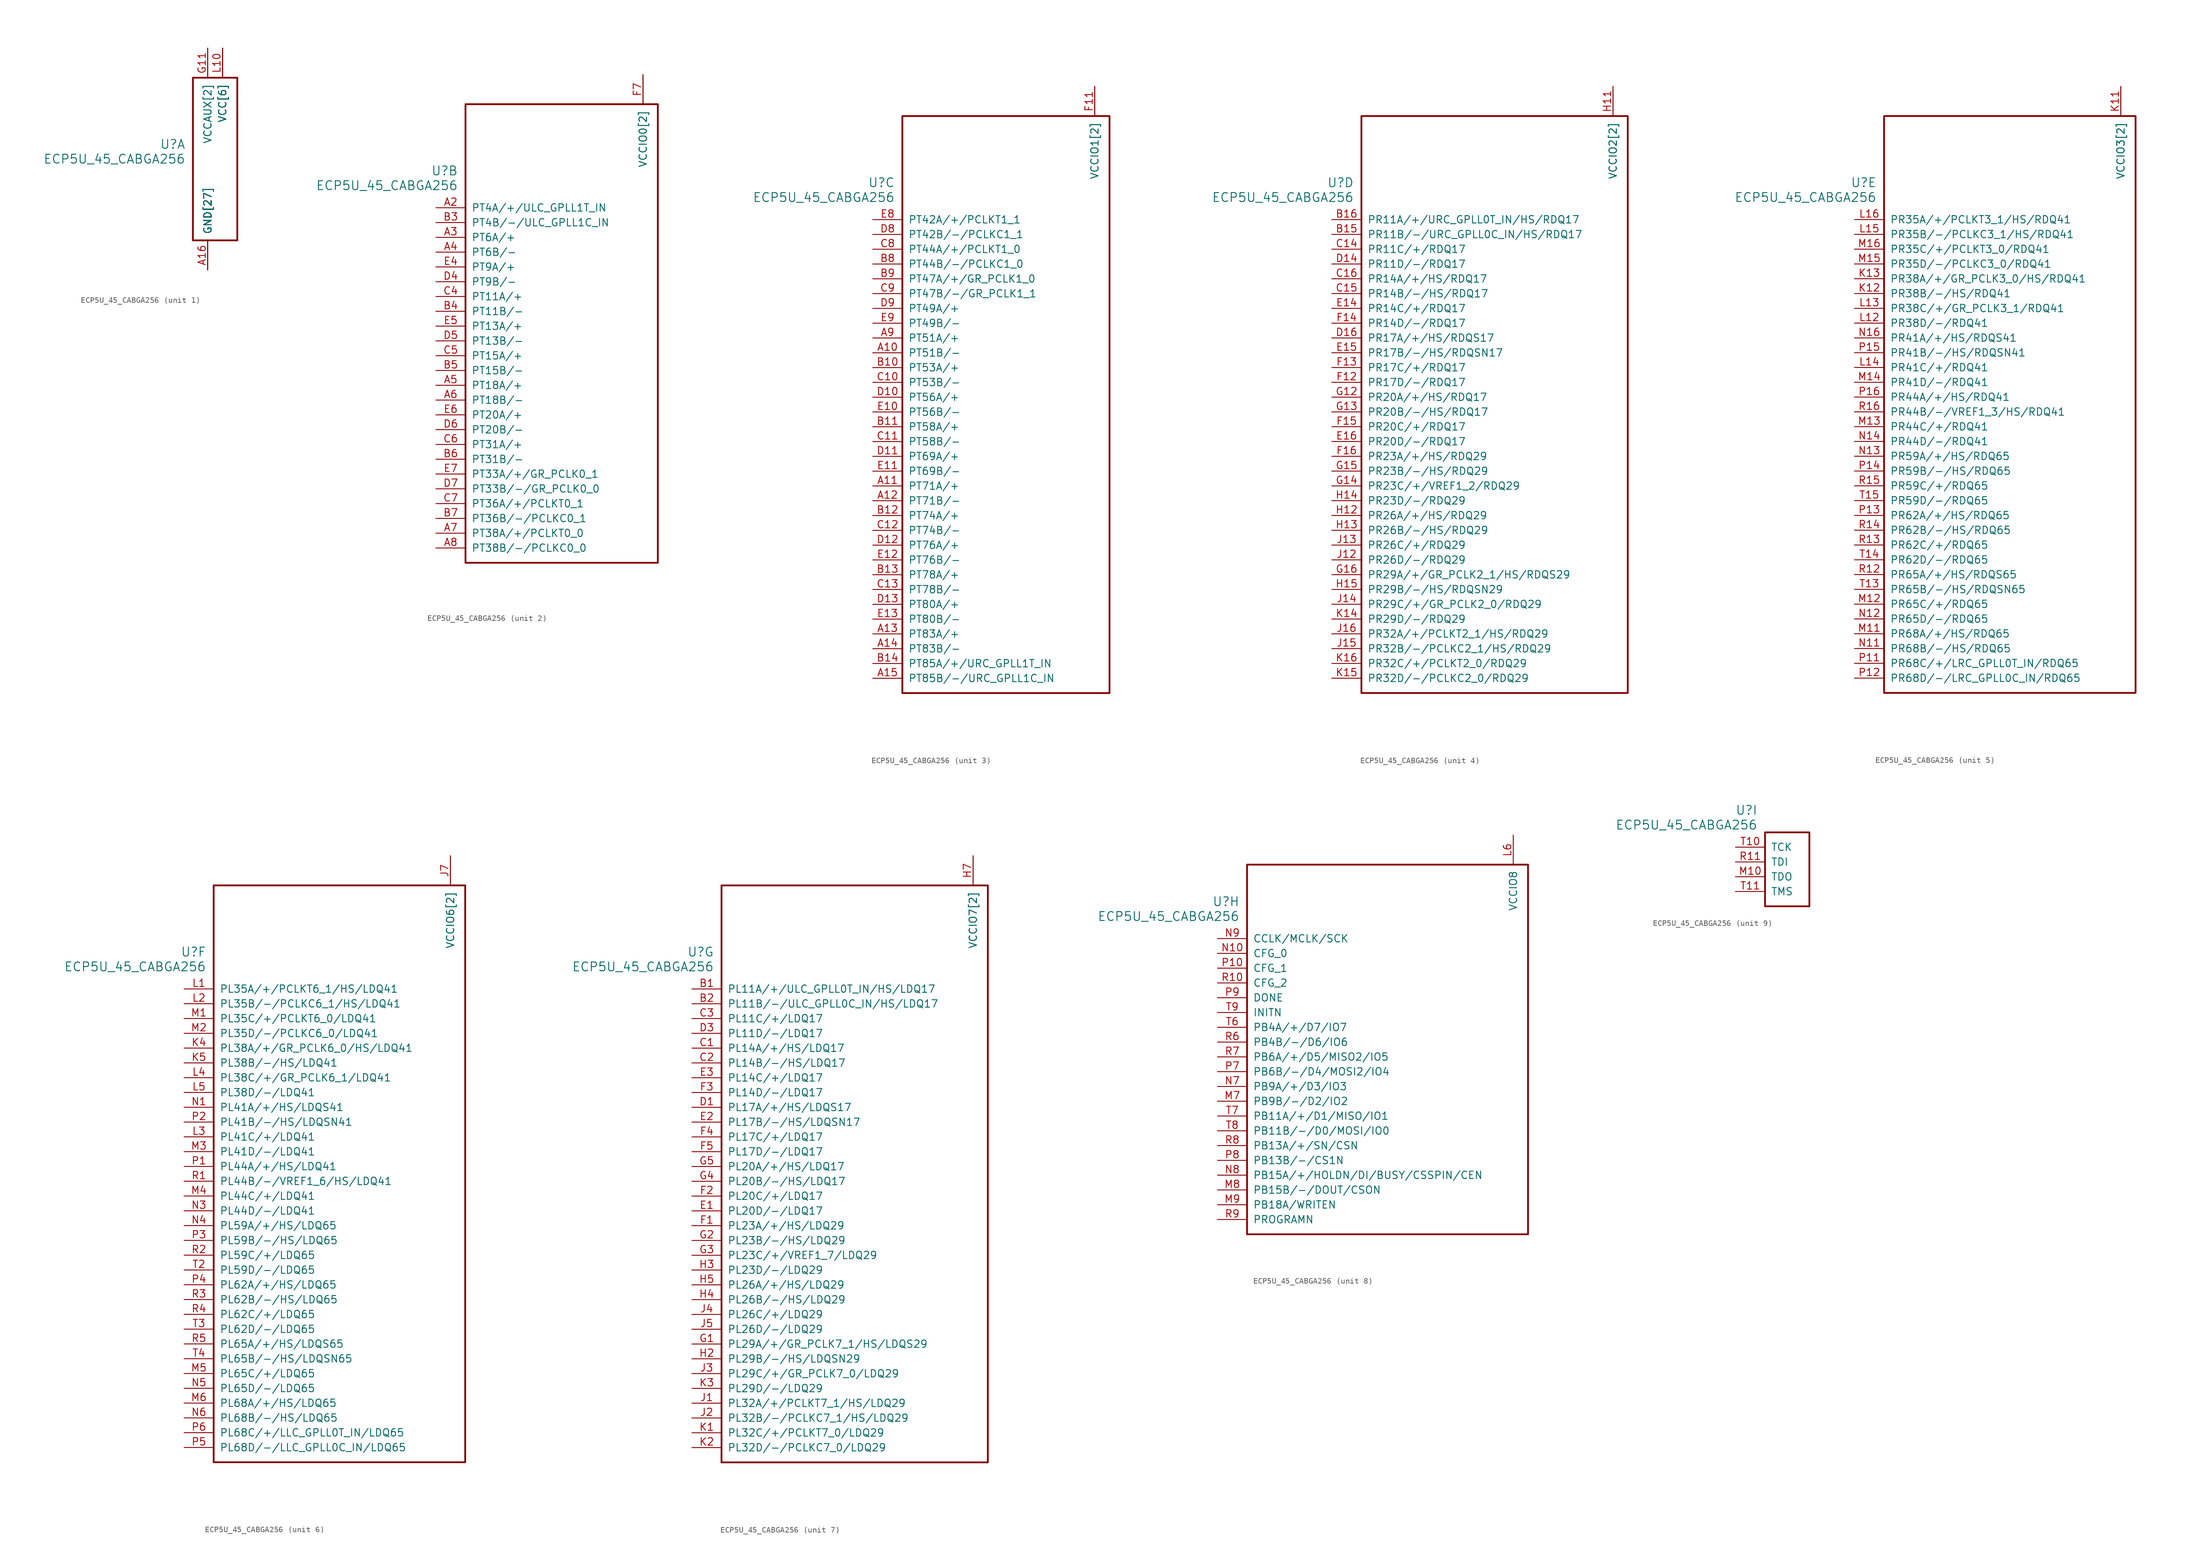
<source format=kicad_sym>
(kicad_symbol_lib
  (version 20241209)
  (generator "kicad_symbol_editor")
  (generator_version "9.0")
  (symbol "ECP5U_45_CABGA256"
    (pin_names
      (offset 1.016))
    (property "Reference" "U"
      (at 3.81 6.35 0)
      (effects (font (size 1.524 1.524)) (justify right)))
    (property "Value" "ECP5U_45_CABGA256"
      (at 3.81 3.81 0)
      (effects (font (size 1.524 1.524)) (justify right)))
    (property "ki_locked" ""
      (at 0 0 0)
      (effects (font (size 1.27 1.27))))
    (symbol "ECP5U_45_CABGA256_1_1"
      (rectangle (start 5.08 17.78) (end 12.7 -10.16) (stroke (width 0.305) (type solid)) (fill (type none)))
      (pin power_in line (at 7.62 22.86 270) (length 5.08) (name "VCCAUX[2]" (effects (font (size 1.27 1.27)))) (number "G11" (effects (font (size 1.27 1.27)))))
      (pin power_in line (at 7.62 22.86 270) (length 5.08) (name "VCCAUX[2]" (effects (font (size 1.27 1.27)))) (number "L7" (effects (font (size 0 0)))))
      (pin power_in line (at 7.62 -15.24 90) (length 5.08) (name "GND[27]" (effects (font (size 1.27 1.27)))) (number "A1" (effects (font (size 0 0)))))
      (pin power_in line (at 7.62 -15.24 90) (length 5.08) (name "GND[27]" (effects (font (size 1.27 1.27)))) (number "A16" (effects (font (size 1.27 1.27)))))
      (pin power_in line (at 7.62 -15.24 90) (length 5.08) (name "GND[27]" (effects (font (size 1.27 1.27)))) (number "D15" (effects (font (size 0 0)))))
      (pin power_in line (at 7.62 -15.24 90) (length 5.08) (name "GND[27]" (effects (font (size 1.27 1.27)))) (number "D2" (effects (font (size 0 0)))))
      (pin power_in line (at 7.62 -15.24 90) (length 5.08) (name "GND[27]" (effects (font (size 1.27 1.27)))) (number "F8" (effects (font (size 0 0)))))
      (pin power_in line (at 7.62 -15.24 90) (length 5.08) (name "GND[27]" (effects (font (size 1.27 1.27)))) (number "F9" (effects (font (size 0 0)))))
      (pin power_in line (at 7.62 -15.24 90) (length 5.08) (name "GND[27]" (effects (font (size 1.27 1.27)))) (number "G10" (effects (font (size 0 0)))))
      (pin power_in line (at 7.62 -15.24 90) (length 5.08) (name "GND[27]" (effects (font (size 1.27 1.27)))) (number "G8" (effects (font (size 0 0)))))
      (pin power_in line (at 7.62 -15.24 90) (length 5.08) (name "GND[27]" (effects (font (size 1.27 1.27)))) (number "H1" (effects (font (size 0 0)))))
      (pin power_in line (at 7.62 -15.24 90) (length 5.08) (name "GND[27]" (effects (font (size 1.27 1.27)))) (number "H10" (effects (font (size 0 0)))))
      (pin power_in line (at 7.62 -15.24 90) (length 5.08) (name "GND[27]" (effects (font (size 1.27 1.27)))) (number "H16" (effects (font (size 0 0)))))
      (pin power_in line (at 7.62 -15.24 90) (length 5.08) (name "GND[27]" (effects (font (size 1.27 1.27)))) (number "H8" (effects (font (size 0 0)))))
      (pin power_in line (at 7.62 -15.24 90) (length 5.08) (name "GND[27]" (effects (font (size 1.27 1.27)))) (number "H9" (effects (font (size 0 0)))))
      (pin power_in line (at 7.62 -15.24 90) (length 5.08) (name "GND[27]" (effects (font (size 1.27 1.27)))) (number "J10" (effects (font (size 0 0)))))
      (pin power_in line (at 7.62 -15.24 90) (length 5.08) (name "GND[27]" (effects (font (size 1.27 1.27)))) (number "J8" (effects (font (size 0 0)))))
      (pin power_in line (at 7.62 -15.24 90) (length 5.08) (name "GND[27]" (effects (font (size 1.27 1.27)))) (number "J9" (effects (font (size 0 0)))))
      (pin power_in line (at 7.62 -15.24 90) (length 5.08) (name "GND[27]" (effects (font (size 1.27 1.27)))) (number "K10" (effects (font (size 0 0)))))
      (pin power_in line (at 7.62 -15.24 90) (length 5.08) (name "GND[27]" (effects (font (size 1.27 1.27)))) (number "K6" (effects (font (size 0 0)))))
      (pin power_in line (at 7.62 -15.24 90) (length 5.08) (name "GND[27]" (effects (font (size 1.27 1.27)))) (number "K7" (effects (font (size 0 0)))))
      (pin power_in line (at 7.62 -15.24 90) (length 5.08) (name "GND[27]" (effects (font (size 1.27 1.27)))) (number "K8" (effects (font (size 0 0)))))
      (pin power_in line (at 7.62 -15.24 90) (length 5.08) (name "GND[27]" (effects (font (size 1.27 1.27)))) (number "K9" (effects (font (size 0 0)))))
      (pin power_in line (at 7.62 -15.24 90) (length 5.08) (name "GND[27]" (effects (font (size 1.27 1.27)))) (number "N15" (effects (font (size 0 0)))))
      (pin power_in line (at 7.62 -15.24 90) (length 5.08) (name "GND[27]" (effects (font (size 1.27 1.27)))) (number "N2" (effects (font (size 0 0)))))
      (pin power_in line (at 7.62 -15.24 90) (length 5.08) (name "GND[27]" (effects (font (size 1.27 1.27)))) (number "T1" (effects (font (size 0 0)))))
      (pin power_in line (at 7.62 -15.24 90) (length 5.08) (name "GND[27]" (effects (font (size 1.27 1.27)))) (number "T12" (effects (font (size 0 0)))))
      (pin power_in line (at 7.62 -15.24 90) (length 5.08) (name "GND[27]" (effects (font (size 1.27 1.27)))) (number "T16" (effects (font (size 0 0)))))
      (pin power_in line (at 7.62 -15.24 90) (length 5.08) (name "GND[27]" (effects (font (size 1.27 1.27)))) (number "T5" (effects (font (size 0 0)))))
      (pin power_in line (at 10.16 22.86 270) (length 5.08) (name "VCC[6]" (effects (font (size 1.27 1.27)))) (number "G6" (effects (font (size 0 0)))))
      (pin power_in line (at 10.16 22.86 270) (length 5.08) (name "VCC[6]" (effects (font (size 1.27 1.27)))) (number "G7" (effects (font (size 0 0)))))
      (pin power_in line (at 10.16 22.86 270) (length 5.08) (name "VCC[6]" (effects (font (size 1.27 1.27)))) (number "G9" (effects (font (size 0 0)))))
      (pin power_in line (at 10.16 22.86 270) (length 5.08) (name "VCC[6]" (effects (font (size 1.27 1.27)))) (number "L10" (effects (font (size 1.27 1.27)))))
      (pin power_in line (at 10.16 22.86 270) (length 5.08) (name "VCC[6]" (effects (font (size 1.27 1.27)))) (number "L8" (effects (font (size 0 0)))))
      (pin power_in line (at 10.16 22.86 270) (length 5.08) (name "VCC[6]" (effects (font (size 1.27 1.27)))) (number "L9" (effects (font (size 0 0))))))
    (symbol "ECP5U_45_CABGA256_2_1"
      (rectangle (start 5.08 17.78) (end 38.1 -60.96) (stroke (width 0.305) (type solid)) (fill (type none)))
      (pin bidirectional line (at 0 0 0) (length 5.08) (name "PT4A/+/ULC_GPLL1T_IN" (effects (font (size 1.27 1.27)))) (number "A2" (effects (font (size 1.27 1.27)))))
      (pin bidirectional line (at 0 -2.54 0) (length 5.08) (name "PT4B/-/ULC_GPLL1C_IN" (effects (font (size 1.27 1.27)))) (number "B3" (effects (font (size 1.27 1.27)))))
      (pin bidirectional line (at 0 -5.08 0) (length 5.08) (name "PT6A/+" (effects (font (size 1.27 1.27)))) (number "A3" (effects (font (size 1.27 1.27)))))
      (pin bidirectional line (at 0 -7.62 0) (length 5.08) (name "PT6B/-" (effects (font (size 1.27 1.27)))) (number "A4" (effects (font (size 1.27 1.27)))))
      (pin bidirectional line (at 0 -10.16 0) (length 5.08) (name "PT9A/+" (effects (font (size 1.27 1.27)))) (number "E4" (effects (font (size 1.27 1.27)))))
      (pin bidirectional line (at 0 -12.7 0) (length 5.08) (name "PT9B/-" (effects (font (size 1.27 1.27)))) (number "D4" (effects (font (size 1.27 1.27)))))
      (pin bidirectional line (at 0 -15.24 0) (length 5.08) (name "PT11A/+" (effects (font (size 1.27 1.27)))) (number "C4" (effects (font (size 1.27 1.27)))))
      (pin bidirectional line (at 0 -17.78 0) (length 5.08) (name "PT11B/-" (effects (font (size 1.27 1.27)))) (number "B4" (effects (font (size 1.27 1.27)))))
      (pin bidirectional line (at 0 -20.32 0) (length 5.08) (name "PT13A/+" (effects (font (size 1.27 1.27)))) (number "E5" (effects (font (size 1.27 1.27)))))
      (pin bidirectional line (at 0 -22.86 0) (length 5.08) (name "PT13B/-" (effects (font (size 1.27 1.27)))) (number "D5" (effects (font (size 1.27 1.27)))))
      (pin bidirectional line (at 0 -25.4 0) (length 5.08) (name "PT15A/+" (effects (font (size 1.27 1.27)))) (number "C5" (effects (font (size 1.27 1.27)))))
      (pin bidirectional line (at 0 -27.94 0) (length 5.08) (name "PT15B/-" (effects (font (size 1.27 1.27)))) (number "B5" (effects (font (size 1.27 1.27)))))
      (pin bidirectional line (at 0 -30.48 0) (length 5.08) (name "PT18A/+" (effects (font (size 1.27 1.27)))) (number "A5" (effects (font (size 1.27 1.27)))))
      (pin bidirectional line (at 0 -33.02 0) (length 5.08) (name "PT18B/-" (effects (font (size 1.27 1.27)))) (number "A6" (effects (font (size 1.27 1.27)))))
      (pin bidirectional line (at 0 -35.56 0) (length 5.08) (name "PT20A/+" (effects (font (size 1.27 1.27)))) (number "E6" (effects (font (size 1.27 1.27)))))
      (pin bidirectional line (at 0 -38.1 0) (length 5.08) (name "PT20B/-" (effects (font (size 1.27 1.27)))) (number "D6" (effects (font (size 1.27 1.27)))))
      (pin bidirectional line (at 0 -40.64 0) (length 5.08) (name "PT31A/+" (effects (font (size 1.27 1.27)))) (number "C6" (effects (font (size 1.27 1.27)))))
      (pin bidirectional line (at 0 -43.18 0) (length 5.08) (name "PT31B/-" (effects (font (size 1.27 1.27)))) (number "B6" (effects (font (size 1.27 1.27)))))
      (pin bidirectional line (at 0 -45.72 0) (length 5.08) (name "PT33A/+/GR_PCLK0_1" (effects (font (size 1.27 1.27)))) (number "E7" (effects (font (size 1.27 1.27)))))
      (pin bidirectional line (at 0 -48.26 0) (length 5.08) (name "PT33B/-/GR_PCLK0_0" (effects (font (size 1.27 1.27)))) (number "D7" (effects (font (size 1.27 1.27)))))
      (pin bidirectional line (at 0 -50.8 0) (length 5.08) (name "PT36A/+/PCLKT0_1" (effects (font (size 1.27 1.27)))) (number "C7" (effects (font (size 1.27 1.27)))))
      (pin bidirectional line (at 0 -53.34 0) (length 5.08) (name "PT36B/-/PCLKC0_1" (effects (font (size 1.27 1.27)))) (number "B7" (effects (font (size 1.27 1.27)))))
      (pin bidirectional line (at 0 -55.88 0) (length 5.08) (name "PT38A/+/PCLKT0_0" (effects (font (size 1.27 1.27)))) (number "A7" (effects (font (size 1.27 1.27)))))
      (pin bidirectional line (at 0 -58.42 0) (length 5.08) (name "PT38B/-/PCLKC0_0" (effects (font (size 1.27 1.27)))) (number "A8" (effects (font (size 1.27 1.27)))))
      (pin power_in line (at 35.56 22.86 270) (length 5.08) (name "VCCIO0[2]" (effects (font (size 1.27 1.27)))) (number "F6" (effects (font (size 0 0)))))
      (pin power_in line (at 35.56 22.86 270) (length 5.08) (name "VCCIO0[2]" (effects (font (size 1.27 1.27)))) (number "F7" (effects (font (size 1.27 1.27))))))
    (symbol "ECP5U_45_CABGA256_3_1"
      (rectangle (start 5.08 17.78) (end 40.64 -81.28) (stroke (width 0.305) (type solid)) (fill (type none)))
      (pin bidirectional line (at 0 0 0) (length 5.08) (name "PT42A/+/PCLKT1_1" (effects (font (size 1.27 1.27)))) (number "E8" (effects (font (size 1.27 1.27)))))
      (pin bidirectional line (at 0 -2.54 0) (length 5.08) (name "PT42B/-/PCLKC1_1" (effects (font (size 1.27 1.27)))) (number "D8" (effects (font (size 1.27 1.27)))))
      (pin bidirectional line (at 0 -5.08 0) (length 5.08) (name "PT44A/+/PCLKT1_0" (effects (font (size 1.27 1.27)))) (number "C8" (effects (font (size 1.27 1.27)))))
      (pin bidirectional line (at 0 -7.62 0) (length 5.08) (name "PT44B/-/PCLKC1_0" (effects (font (size 1.27 1.27)))) (number "B8" (effects (font (size 1.27 1.27)))))
      (pin bidirectional line (at 0 -10.16 0) (length 5.08) (name "PT47A/+/GR_PCLK1_0" (effects (font (size 1.27 1.27)))) (number "B9" (effects (font (size 1.27 1.27)))))
      (pin bidirectional line (at 0 -12.7 0) (length 5.08) (name "PT47B/-/GR_PCLK1_1" (effects (font (size 1.27 1.27)))) (number "C9" (effects (font (size 1.27 1.27)))))
      (pin bidirectional line (at 0 -15.24 0) (length 5.08) (name "PT49A/+" (effects (font (size 1.27 1.27)))) (number "D9" (effects (font (size 1.27 1.27)))))
      (pin bidirectional line (at 0 -17.78 0) (length 5.08) (name "PT49B/-" (effects (font (size 1.27 1.27)))) (number "E9" (effects (font (size 1.27 1.27)))))
      (pin bidirectional line (at 0 -20.32 0) (length 5.08) (name "PT51A/+" (effects (font (size 1.27 1.27)))) (number "A9" (effects (font (size 1.27 1.27)))))
      (pin bidirectional line (at 0 -22.86 0) (length 5.08) (name "PT51B/-" (effects (font (size 1.27 1.27)))) (number "A10" (effects (font (size 1.27 1.27)))))
      (pin bidirectional line (at 0 -25.4 0) (length 5.08) (name "PT53A/+" (effects (font (size 1.27 1.27)))) (number "B10" (effects (font (size 1.27 1.27)))))
      (pin bidirectional line (at 0 -27.94 0) (length 5.08) (name "PT53B/-" (effects (font (size 1.27 1.27)))) (number "C10" (effects (font (size 1.27 1.27)))))
      (pin bidirectional line (at 0 -30.48 0) (length 5.08) (name "PT56A/+" (effects (font (size 1.27 1.27)))) (number "D10" (effects (font (size 1.27 1.27)))))
      (pin bidirectional line (at 0 -33.02 0) (length 5.08) (name "PT56B/-" (effects (font (size 1.27 1.27)))) (number "E10" (effects (font (size 1.27 1.27)))))
      (pin bidirectional line (at 0 -35.56 0) (length 5.08) (name "PT58A/+" (effects (font (size 1.27 1.27)))) (number "B11" (effects (font (size 1.27 1.27)))))
      (pin bidirectional line (at 0 -38.1 0) (length 5.08) (name "PT58B/-" (effects (font (size 1.27 1.27)))) (number "C11" (effects (font (size 1.27 1.27)))))
      (pin bidirectional line (at 0 -40.64 0) (length 5.08) (name "PT69A/+" (effects (font (size 1.27 1.27)))) (number "D11" (effects (font (size 1.27 1.27)))))
      (pin bidirectional line (at 0 -43.18 0) (length 5.08) (name "PT69B/-" (effects (font (size 1.27 1.27)))) (number "E11" (effects (font (size 1.27 1.27)))))
      (pin bidirectional line (at 0 -45.72 0) (length 5.08) (name "PT71A/+" (effects (font (size 1.27 1.27)))) (number "A11" (effects (font (size 1.27 1.27)))))
      (pin bidirectional line (at 0 -48.26 0) (length 5.08) (name "PT71B/-" (effects (font (size 1.27 1.27)))) (number "A12" (effects (font (size 1.27 1.27)))))
      (pin bidirectional line (at 0 -50.8 0) (length 5.08) (name "PT74A/+" (effects (font (size 1.27 1.27)))) (number "B12" (effects (font (size 1.27 1.27)))))
      (pin bidirectional line (at 0 -53.34 0) (length 5.08) (name "PT74B/-" (effects (font (size 1.27 1.27)))) (number "C12" (effects (font (size 1.27 1.27)))))
      (pin bidirectional line (at 0 -55.88 0) (length 5.08) (name "PT76A/+" (effects (font (size 1.27 1.27)))) (number "D12" (effects (font (size 1.27 1.27)))))
      (pin bidirectional line (at 0 -58.42 0) (length 5.08) (name "PT76B/-" (effects (font (size 1.27 1.27)))) (number "E12" (effects (font (size 1.27 1.27)))))
      (pin bidirectional line (at 0 -60.96 0) (length 5.08) (name "PT78A/+" (effects (font (size 1.27 1.27)))) (number "B13" (effects (font (size 1.27 1.27)))))
      (pin bidirectional line (at 0 -63.5 0) (length 5.08) (name "PT78B/-" (effects (font (size 1.27 1.27)))) (number "C13" (effects (font (size 1.27 1.27)))))
      (pin bidirectional line (at 0 -66.04 0) (length 5.08) (name "PT80A/+" (effects (font (size 1.27 1.27)))) (number "D13" (effects (font (size 1.27 1.27)))))
      (pin bidirectional line (at 0 -68.58 0) (length 5.08) (name "PT80B/-" (effects (font (size 1.27 1.27)))) (number "E13" (effects (font (size 1.27 1.27)))))
      (pin bidirectional line (at 0 -71.12 0) (length 5.08) (name "PT83A/+" (effects (font (size 1.27 1.27)))) (number "A13" (effects (font (size 1.27 1.27)))))
      (pin bidirectional line (at 0 -73.66 0) (length 5.08) (name "PT83B/-" (effects (font (size 1.27 1.27)))) (number "A14" (effects (font (size 1.27 1.27)))))
      (pin bidirectional line (at 0 -76.2 0) (length 5.08) (name "PT85A/+/URC_GPLL1T_IN" (effects (font (size 1.27 1.27)))) (number "B14" (effects (font (size 1.27 1.27)))))
      (pin bidirectional line (at 0 -78.74 0) (length 5.08) (name "PT85B/-/URC_GPLL1C_IN" (effects (font (size 1.27 1.27)))) (number "A15" (effects (font (size 1.27 1.27)))))
      (pin power_in line (at 38.1 22.86 270) (length 5.08) (name "VCCIO1[2]" (effects (font (size 1.27 1.27)))) (number "F10" (effects (font (size 0 0)))))
      (pin power_in line (at 38.1 22.86 270) (length 5.08) (name "VCCIO1[2]" (effects (font (size 1.27 1.27)))) (number "F11" (effects (font (size 1.27 1.27))))))
    (symbol "ECP5U_45_CABGA256_4_1"
      (rectangle (start 5.08 17.78) (end 50.8 -81.28) (stroke (width 0.305) (type solid)) (fill (type none)))
      (pin bidirectional line (at 0 0 0) (length 5.08) (name "PR11A/+/URC_GPLL0T_IN/HS/RDQ17" (effects (font (size 1.27 1.27)))) (number "B16" (effects (font (size 1.27 1.27)))))
      (pin bidirectional line (at 0 -2.54 0) (length 5.08) (name "PR11B/-/URC_GPLL0C_IN/HS/RDQ17" (effects (font (size 1.27 1.27)))) (number "B15" (effects (font (size 1.27 1.27)))))
      (pin bidirectional line (at 0 -5.08 0) (length 5.08) (name "PR11C/+/RDQ17" (effects (font (size 1.27 1.27)))) (number "C14" (effects (font (size 1.27 1.27)))))
      (pin bidirectional line (at 0 -7.62 0) (length 5.08) (name "PR11D/-/RDQ17" (effects (font (size 1.27 1.27)))) (number "D14" (effects (font (size 1.27 1.27)))))
      (pin bidirectional line (at 0 -10.16 0) (length 5.08) (name "PR14A/+/HS/RDQ17" (effects (font (size 1.27 1.27)))) (number "C16" (effects (font (size 1.27 1.27)))))
      (pin bidirectional line (at 0 -12.7 0) (length 5.08) (name "PR14B/-/HS/RDQ17" (effects (font (size 1.27 1.27)))) (number "C15" (effects (font (size 1.27 1.27)))))
      (pin bidirectional line (at 0 -15.24 0) (length 5.08) (name "PR14C/+/RDQ17" (effects (font (size 1.27 1.27)))) (number "E14" (effects (font (size 1.27 1.27)))))
      (pin bidirectional line (at 0 -17.78 0) (length 5.08) (name "PR14D/-/RDQ17" (effects (font (size 1.27 1.27)))) (number "F14" (effects (font (size 1.27 1.27)))))
      (pin bidirectional line (at 0 -20.32 0) (length 5.08) (name "PR17A/+/HS/RDQS17" (effects (font (size 1.27 1.27)))) (number "D16" (effects (font (size 1.27 1.27)))))
      (pin bidirectional line (at 0 -22.86 0) (length 5.08) (name "PR17B/-/HS/RDQSN17" (effects (font (size 1.27 1.27)))) (number "E15" (effects (font (size 1.27 1.27)))))
      (pin bidirectional line (at 0 -25.4 0) (length 5.08) (name "PR17C/+/RDQ17" (effects (font (size 1.27 1.27)))) (number "F13" (effects (font (size 1.27 1.27)))))
      (pin bidirectional line (at 0 -27.94 0) (length 5.08) (name "PR17D/-/RDQ17" (effects (font (size 1.27 1.27)))) (number "F12" (effects (font (size 1.27 1.27)))))
      (pin bidirectional line (at 0 -30.48 0) (length 5.08) (name "PR20A/+/HS/RDQ17" (effects (font (size 1.27 1.27)))) (number "G12" (effects (font (size 1.27 1.27)))))
      (pin bidirectional line (at 0 -33.02 0) (length 5.08) (name "PR20B/-/HS/RDQ17" (effects (font (size 1.27 1.27)))) (number "G13" (effects (font (size 1.27 1.27)))))
      (pin bidirectional line (at 0 -35.56 0) (length 5.08) (name "PR20C/+/RDQ17" (effects (font (size 1.27 1.27)))) (number "F15" (effects (font (size 1.27 1.27)))))
      (pin bidirectional line (at 0 -38.1 0) (length 5.08) (name "PR20D/-/RDQ17" (effects (font (size 1.27 1.27)))) (number "E16" (effects (font (size 1.27 1.27)))))
      (pin bidirectional line (at 0 -40.64 0) (length 5.08) (name "PR23A/+/HS/RDQ29" (effects (font (size 1.27 1.27)))) (number "F16" (effects (font (size 1.27 1.27)))))
      (pin bidirectional line (at 0 -43.18 0) (length 5.08) (name "PR23B/-/HS/RDQ29" (effects (font (size 1.27 1.27)))) (number "G15" (effects (font (size 1.27 1.27)))))
      (pin bidirectional line (at 0 -45.72 0) (length 5.08) (name "PR23C/+/VREF1_2/RDQ29" (effects (font (size 1.27 1.27)))) (number "G14" (effects (font (size 1.27 1.27)))))
      (pin bidirectional line (at 0 -48.26 0) (length 5.08) (name "PR23D/-/RDQ29" (effects (font (size 1.27 1.27)))) (number "H14" (effects (font (size 1.27 1.27)))))
      (pin bidirectional line (at 0 -50.8 0) (length 5.08) (name "PR26A/+/HS/RDQ29" (effects (font (size 1.27 1.27)))) (number "H12" (effects (font (size 1.27 1.27)))))
      (pin bidirectional line (at 0 -53.34 0) (length 5.08) (name "PR26B/-/HS/RDQ29" (effects (font (size 1.27 1.27)))) (number "H13" (effects (font (size 1.27 1.27)))))
      (pin bidirectional line (at 0 -55.88 0) (length 5.08) (name "PR26C/+/RDQ29" (effects (font (size 1.27 1.27)))) (number "J13" (effects (font (size 1.27 1.27)))))
      (pin bidirectional line (at 0 -58.42 0) (length 5.08) (name "PR26D/-/RDQ29" (effects (font (size 1.27 1.27)))) (number "J12" (effects (font (size 1.27 1.27)))))
      (pin bidirectional line (at 0 -60.96 0) (length 5.08) (name "PR29A/+/GR_PCLK2_1/HS/RDQS29" (effects (font (size 1.27 1.27)))) (number "G16" (effects (font (size 1.27 1.27)))))
      (pin bidirectional line (at 0 -63.5 0) (length 5.08) (name "PR29B/-/HS/RDQSN29" (effects (font (size 1.27 1.27)))) (number "H15" (effects (font (size 1.27 1.27)))))
      (pin bidirectional line (at 0 -66.04 0) (length 5.08) (name "PR29C/+/GR_PCLK2_0/RDQ29" (effects (font (size 1.27 1.27)))) (number "J14" (effects (font (size 1.27 1.27)))))
      (pin bidirectional line (at 0 -68.58 0) (length 5.08) (name "PR29D/-/RDQ29" (effects (font (size 1.27 1.27)))) (number "K14" (effects (font (size 1.27 1.27)))))
      (pin bidirectional line (at 0 -71.12 0) (length 5.08) (name "PR32A/+/PCLKT2_1/HS/RDQ29" (effects (font (size 1.27 1.27)))) (number "J16" (effects (font (size 1.27 1.27)))))
      (pin bidirectional line (at 0 -73.66 0) (length 5.08) (name "PR32B/-/PCLKC2_1/HS/RDQ29" (effects (font (size 1.27 1.27)))) (number "J15" (effects (font (size 1.27 1.27)))))
      (pin bidirectional line (at 0 -76.2 0) (length 5.08) (name "PR32C/+/PCLKT2_0/RDQ29" (effects (font (size 1.27 1.27)))) (number "K16" (effects (font (size 1.27 1.27)))))
      (pin bidirectional line (at 0 -78.74 0) (length 5.08) (name "PR32D/-/PCLKC2_0/RDQ29" (effects (font (size 1.27 1.27)))) (number "K15" (effects (font (size 1.27 1.27)))))
      (pin power_in line (at 48.26 22.86 270) (length 5.08) (name "VCCIO2[2]" (effects (font (size 1.27 1.27)))) (number "H11" (effects (font (size 1.27 1.27)))))
      (pin power_in line (at 48.26 22.86 270) (length 5.08) (name "VCCIO2[2]" (effects (font (size 1.27 1.27)))) (number "J11" (effects (font (size 0 0))))))
    (symbol "ECP5U_45_CABGA256_5_1"
      (rectangle (start 5.08 17.78) (end 48.26 -81.28) (stroke (width 0.305) (type solid)) (fill (type none)))
      (pin bidirectional line (at 0 0 0) (length 5.08) (name "PR35A/+/PCLKT3_1/HS/RDQ41" (effects (font (size 1.27 1.27)))) (number "L16" (effects (font (size 1.27 1.27)))))
      (pin bidirectional line (at 0 -2.54 0) (length 5.08) (name "PR35B/-/PCLKC3_1/HS/RDQ41" (effects (font (size 1.27 1.27)))) (number "L15" (effects (font (size 1.27 1.27)))))
      (pin bidirectional line (at 0 -5.08 0) (length 5.08) (name "PR35C/+/PCLKT3_0/RDQ41" (effects (font (size 1.27 1.27)))) (number "M16" (effects (font (size 1.27 1.27)))))
      (pin bidirectional line (at 0 -7.62 0) (length 5.08) (name "PR35D/-/PCLKC3_0/RDQ41" (effects (font (size 1.27 1.27)))) (number "M15" (effects (font (size 1.27 1.27)))))
      (pin bidirectional line (at 0 -10.16 0) (length 5.08) (name "PR38A/+/GR_PCLK3_0/HS/RDQ41" (effects (font (size 1.27 1.27)))) (number "K13" (effects (font (size 1.27 1.27)))))
      (pin bidirectional line (at 0 -12.7 0) (length 5.08) (name "PR38B/-/HS/RDQ41" (effects (font (size 1.27 1.27)))) (number "K12" (effects (font (size 1.27 1.27)))))
      (pin bidirectional line (at 0 -15.24 0) (length 5.08) (name "PR38C/+/GR_PCLK3_1/RDQ41" (effects (font (size 1.27 1.27)))) (number "L13" (effects (font (size 1.27 1.27)))))
      (pin bidirectional line (at 0 -17.78 0) (length 5.08) (name "PR38D/-/RDQ41" (effects (font (size 1.27 1.27)))) (number "L12" (effects (font (size 1.27 1.27)))))
      (pin bidirectional line (at 0 -20.32 0) (length 5.08) (name "PR41A/+/HS/RDQS41" (effects (font (size 1.27 1.27)))) (number "N16" (effects (font (size 1.27 1.27)))))
      (pin bidirectional line (at 0 -22.86 0) (length 5.08) (name "PR41B/-/HS/RDQSN41" (effects (font (size 1.27 1.27)))) (number "P15" (effects (font (size 1.27 1.27)))))
      (pin bidirectional line (at 0 -25.4 0) (length 5.08) (name "PR41C/+/RDQ41" (effects (font (size 1.27 1.27)))) (number "L14" (effects (font (size 1.27 1.27)))))
      (pin bidirectional line (at 0 -27.94 0) (length 5.08) (name "PR41D/-/RDQ41" (effects (font (size 1.27 1.27)))) (number "M14" (effects (font (size 1.27 1.27)))))
      (pin bidirectional line (at 0 -30.48 0) (length 5.08) (name "PR44A/+/HS/RDQ41" (effects (font (size 1.27 1.27)))) (number "P16" (effects (font (size 1.27 1.27)))))
      (pin bidirectional line (at 0 -33.02 0) (length 5.08) (name "PR44B/-/VREF1_3/HS/RDQ41" (effects (font (size 1.27 1.27)))) (number "R16" (effects (font (size 1.27 1.27)))))
      (pin bidirectional line (at 0 -35.56 0) (length 5.08) (name "PR44C/+/RDQ41" (effects (font (size 1.27 1.27)))) (number "M13" (effects (font (size 1.27 1.27)))))
      (pin bidirectional line (at 0 -38.1 0) (length 5.08) (name "PR44D/-/RDQ41" (effects (font (size 1.27 1.27)))) (number "N14" (effects (font (size 1.27 1.27)))))
      (pin bidirectional line (at 0 -40.64 0) (length 5.08) (name "PR59A/+/HS/RDQ65" (effects (font (size 1.27 1.27)))) (number "N13" (effects (font (size 1.27 1.27)))))
      (pin bidirectional line (at 0 -43.18 0) (length 5.08) (name "PR59B/-/HS/RDQ65" (effects (font (size 1.27 1.27)))) (number "P14" (effects (font (size 1.27 1.27)))))
      (pin bidirectional line (at 0 -45.72 0) (length 5.08) (name "PR59C/+/RDQ65" (effects (font (size 1.27 1.27)))) (number "R15" (effects (font (size 1.27 1.27)))))
      (pin bidirectional line (at 0 -48.26 0) (length 5.08) (name "PR59D/-/RDQ65" (effects (font (size 1.27 1.27)))) (number "T15" (effects (font (size 1.27 1.27)))))
      (pin bidirectional line (at 0 -50.8 0) (length 5.08) (name "PR62A/+/HS/RDQ65" (effects (font (size 1.27 1.27)))) (number "P13" (effects (font (size 1.27 1.27)))))
      (pin bidirectional line (at 0 -53.34 0) (length 5.08) (name "PR62B/-/HS/RDQ65" (effects (font (size 1.27 1.27)))) (number "R14" (effects (font (size 1.27 1.27)))))
      (pin bidirectional line (at 0 -55.88 0) (length 5.08) (name "PR62C/+/RDQ65" (effects (font (size 1.27 1.27)))) (number "R13" (effects (font (size 1.27 1.27)))))
      (pin bidirectional line (at 0 -58.42 0) (length 5.08) (name "PR62D/-/RDQ65" (effects (font (size 1.27 1.27)))) (number "T14" (effects (font (size 1.27 1.27)))))
      (pin bidirectional line (at 0 -60.96 0) (length 5.08) (name "PR65A/+/HS/RDQS65" (effects (font (size 1.27 1.27)))) (number "R12" (effects (font (size 1.27 1.27)))))
      (pin bidirectional line (at 0 -63.5 0) (length 5.08) (name "PR65B/-/HS/RDQSN65" (effects (font (size 1.27 1.27)))) (number "T13" (effects (font (size 1.27 1.27)))))
      (pin bidirectional line (at 0 -66.04 0) (length 5.08) (name "PR65C/+/RDQ65" (effects (font (size 1.27 1.27)))) (number "M12" (effects (font (size 1.27 1.27)))))
      (pin bidirectional line (at 0 -68.58 0) (length 5.08) (name "PR65D/-/RDQ65" (effects (font (size 1.27 1.27)))) (number "N12" (effects (font (size 1.27 1.27)))))
      (pin bidirectional line (at 0 -71.12 0) (length 5.08) (name "PR68A/+/HS/RDQ65" (effects (font (size 1.27 1.27)))) (number "M11" (effects (font (size 1.27 1.27)))))
      (pin bidirectional line (at 0 -73.66 0) (length 5.08) (name "PR68B/-/HS/RDQ65" (effects (font (size 1.27 1.27)))) (number "N11" (effects (font (size 1.27 1.27)))))
      (pin bidirectional line (at 0 -76.2 0) (length 5.08) (name "PR68C/+/LRC_GPLL0T_IN/RDQ65" (effects (font (size 1.27 1.27)))) (number "P11" (effects (font (size 1.27 1.27)))))
      (pin bidirectional line (at 0 -78.74 0) (length 5.08) (name "PR68D/-/LRC_GPLL0C_IN/RDQ65" (effects (font (size 1.27 1.27)))) (number "P12" (effects (font (size 1.27 1.27)))))
      (pin power_in line (at 45.72 22.86 270) (length 5.08) (name "VCCIO3[2]" (effects (font (size 1.27 1.27)))) (number "K11" (effects (font (size 1.27 1.27)))))
      (pin power_in line (at 45.72 22.86 270) (length 5.08) (name "VCCIO3[2]" (effects (font (size 1.27 1.27)))) (number "L11" (effects (font (size 0 0))))))
    (symbol "ECP5U_45_CABGA256_6_1"
      (rectangle (start 5.08 17.78) (end 48.26 -81.28) (stroke (width 0.305) (type solid)) (fill (type none)))
      (pin bidirectional line (at 0 0 0) (length 5.08) (name "PL35A/+/PCLKT6_1/HS/LDQ41" (effects (font (size 1.27 1.27)))) (number "L1" (effects (font (size 1.27 1.27)))))
      (pin bidirectional line (at 0 -2.54 0) (length 5.08) (name "PL35B/-/PCLKC6_1/HS/LDQ41" (effects (font (size 1.27 1.27)))) (number "L2" (effects (font (size 1.27 1.27)))))
      (pin bidirectional line (at 0 -5.08 0) (length 5.08) (name "PL35C/+/PCLKT6_0/LDQ41" (effects (font (size 1.27 1.27)))) (number "M1" (effects (font (size 1.27 1.27)))))
      (pin bidirectional line (at 0 -7.62 0) (length 5.08) (name "PL35D/-/PCLKC6_0/LDQ41" (effects (font (size 1.27 1.27)))) (number "M2" (effects (font (size 1.27 1.27)))))
      (pin bidirectional line (at 0 -10.16 0) (length 5.08) (name "PL38A/+/GR_PCLK6_0/HS/LDQ41" (effects (font (size 1.27 1.27)))) (number "K4" (effects (font (size 1.27 1.27)))))
      (pin bidirectional line (at 0 -12.7 0) (length 5.08) (name "PL38B/-/HS/LDQ41" (effects (font (size 1.27 1.27)))) (number "K5" (effects (font (size 1.27 1.27)))))
      (pin bidirectional line (at 0 -15.24 0) (length 5.08) (name "PL38C/+/GR_PCLK6_1/LDQ41" (effects (font (size 1.27 1.27)))) (number "L4" (effects (font (size 1.27 1.27)))))
      (pin bidirectional line (at 0 -17.78 0) (length 5.08) (name "PL38D/-/LDQ41" (effects (font (size 1.27 1.27)))) (number "L5" (effects (font (size 1.27 1.27)))))
      (pin bidirectional line (at 0 -20.32 0) (length 5.08) (name "PL41A/+/HS/LDQS41" (effects (font (size 1.27 1.27)))) (number "N1" (effects (font (size 1.27 1.27)))))
      (pin bidirectional line (at 0 -22.86 0) (length 5.08) (name "PL41B/-/HS/LDQSN41" (effects (font (size 1.27 1.27)))) (number "P2" (effects (font (size 1.27 1.27)))))
      (pin bidirectional line (at 0 -25.4 0) (length 5.08) (name "PL41C/+/LDQ41" (effects (font (size 1.27 1.27)))) (number "L3" (effects (font (size 1.27 1.27)))))
      (pin bidirectional line (at 0 -27.94 0) (length 5.08) (name "PL41D/-/LDQ41" (effects (font (size 1.27 1.27)))) (number "M3" (effects (font (size 1.27 1.27)))))
      (pin bidirectional line (at 0 -30.48 0) (length 5.08) (name "PL44A/+/HS/LDQ41" (effects (font (size 1.27 1.27)))) (number "P1" (effects (font (size 1.27 1.27)))))
      (pin bidirectional line (at 0 -33.02 0) (length 5.08) (name "PL44B/-/VREF1_6/HS/LDQ41" (effects (font (size 1.27 1.27)))) (number "R1" (effects (font (size 1.27 1.27)))))
      (pin bidirectional line (at 0 -35.56 0) (length 5.08) (name "PL44C/+/LDQ41" (effects (font (size 1.27 1.27)))) (number "M4" (effects (font (size 1.27 1.27)))))
      (pin bidirectional line (at 0 -38.1 0) (length 5.08) (name "PL44D/-/LDQ41" (effects (font (size 1.27 1.27)))) (number "N3" (effects (font (size 1.27 1.27)))))
      (pin bidirectional line (at 0 -40.64 0) (length 5.08) (name "PL59A/+/HS/LDQ65" (effects (font (size 1.27 1.27)))) (number "N4" (effects (font (size 1.27 1.27)))))
      (pin bidirectional line (at 0 -43.18 0) (length 5.08) (name "PL59B/-/HS/LDQ65" (effects (font (size 1.27 1.27)))) (number "P3" (effects (font (size 1.27 1.27)))))
      (pin bidirectional line (at 0 -45.72 0) (length 5.08) (name "PL59C/+/LDQ65" (effects (font (size 1.27 1.27)))) (number "R2" (effects (font (size 1.27 1.27)))))
      (pin bidirectional line (at 0 -48.26 0) (length 5.08) (name "PL59D/-/LDQ65" (effects (font (size 1.27 1.27)))) (number "T2" (effects (font (size 1.27 1.27)))))
      (pin bidirectional line (at 0 -50.8 0) (length 5.08) (name "PL62A/+/HS/LDQ65" (effects (font (size 1.27 1.27)))) (number "P4" (effects (font (size 1.27 1.27)))))
      (pin bidirectional line (at 0 -53.34 0) (length 5.08) (name "PL62B/-/HS/LDQ65" (effects (font (size 1.27 1.27)))) (number "R3" (effects (font (size 1.27 1.27)))))
      (pin bidirectional line (at 0 -55.88 0) (length 5.08) (name "PL62C/+/LDQ65" (effects (font (size 1.27 1.27)))) (number "R4" (effects (font (size 1.27 1.27)))))
      (pin bidirectional line (at 0 -58.42 0) (length 5.08) (name "PL62D/-/LDQ65" (effects (font (size 1.27 1.27)))) (number "T3" (effects (font (size 1.27 1.27)))))
      (pin bidirectional line (at 0 -60.96 0) (length 5.08) (name "PL65A/+/HS/LDQS65" (effects (font (size 1.27 1.27)))) (number "R5" (effects (font (size 1.27 1.27)))))
      (pin bidirectional line (at 0 -63.5 0) (length 5.08) (name "PL65B/-/HS/LDQSN65" (effects (font (size 1.27 1.27)))) (number "T4" (effects (font (size 1.27 1.27)))))
      (pin bidirectional line (at 0 -66.04 0) (length 5.08) (name "PL65C/+/LDQ65" (effects (font (size 1.27 1.27)))) (number "M5" (effects (font (size 1.27 1.27)))))
      (pin bidirectional line (at 0 -68.58 0) (length 5.08) (name "PL65D/-/LDQ65" (effects (font (size 1.27 1.27)))) (number "N5" (effects (font (size 1.27 1.27)))))
      (pin bidirectional line (at 0 -71.12 0) (length 5.08) (name "PL68A/+/HS/LDQ65" (effects (font (size 1.27 1.27)))) (number "M6" (effects (font (size 1.27 1.27)))))
      (pin bidirectional line (at 0 -73.66 0) (length 5.08) (name "PL68B/-/HS/LDQ65" (effects (font (size 1.27 1.27)))) (number "N6" (effects (font (size 1.27 1.27)))))
      (pin bidirectional line (at 0 -76.2 0) (length 5.08) (name "PL68C/+/LLC_GPLL0T_IN/LDQ65" (effects (font (size 1.27 1.27)))) (number "P6" (effects (font (size 1.27 1.27)))))
      (pin bidirectional line (at 0 -78.74 0) (length 5.08) (name "PL68D/-/LLC_GPLL0C_IN/LDQ65" (effects (font (size 1.27 1.27)))) (number "P5" (effects (font (size 1.27 1.27)))))
      (pin power_in line (at 45.72 22.86 270) (length 5.08) (name "VCCIO6[2]" (effects (font (size 1.27 1.27)))) (number "J6" (effects (font (size 0 0)))))
      (pin power_in line (at 45.72 22.86 270) (length 5.08) (name "VCCIO6[2]" (effects (font (size 1.27 1.27)))) (number "J7" (effects (font (size 1.27 1.27))))))
    (symbol "ECP5U_45_CABGA256_7_1"
      (rectangle (start 5.08 17.78) (end 50.8 -81.28) (stroke (width 0.305) (type solid)) (fill (type none)))
      (pin bidirectional line (at 0 0 0) (length 5.08) (name "PL11A/+/ULC_GPLL0T_IN/HS/LDQ17" (effects (font (size 1.27 1.27)))) (number "B1" (effects (font (size 1.27 1.27)))))
      (pin bidirectional line (at 0 -2.54 0) (length 5.08) (name "PL11B/-/ULC_GPLL0C_IN/HS/LDQ17" (effects (font (size 1.27 1.27)))) (number "B2" (effects (font (size 1.27 1.27)))))
      (pin bidirectional line (at 0 -5.08 0) (length 5.08) (name "PL11C/+/LDQ17" (effects (font (size 1.27 1.27)))) (number "C3" (effects (font (size 1.27 1.27)))))
      (pin bidirectional line (at 0 -7.62 0) (length 5.08) (name "PL11D/-/LDQ17" (effects (font (size 1.27 1.27)))) (number "D3" (effects (font (size 1.27 1.27)))))
      (pin bidirectional line (at 0 -10.16 0) (length 5.08) (name "PL14A/+/HS/LDQ17" (effects (font (size 1.27 1.27)))) (number "C1" (effects (font (size 1.27 1.27)))))
      (pin bidirectional line (at 0 -12.7 0) (length 5.08) (name "PL14B/-/HS/LDQ17" (effects (font (size 1.27 1.27)))) (number "C2" (effects (font (size 1.27 1.27)))))
      (pin bidirectional line (at 0 -15.24 0) (length 5.08) (name "PL14C/+/LDQ17" (effects (font (size 1.27 1.27)))) (number "E3" (effects (font (size 1.27 1.27)))))
      (pin bidirectional line (at 0 -17.78 0) (length 5.08) (name "PL14D/-/LDQ17" (effects (font (size 1.27 1.27)))) (number "F3" (effects (font (size 1.27 1.27)))))
      (pin bidirectional line (at 0 -20.32 0) (length 5.08) (name "PL17A/+/HS/LDQS17" (effects (font (size 1.27 1.27)))) (number "D1" (effects (font (size 1.27 1.27)))))
      (pin bidirectional line (at 0 -22.86 0) (length 5.08) (name "PL17B/-/HS/LDQSN17" (effects (font (size 1.27 1.27)))) (number "E2" (effects (font (size 1.27 1.27)))))
      (pin bidirectional line (at 0 -25.4 0) (length 5.08) (name "PL17C/+/LDQ17" (effects (font (size 1.27 1.27)))) (number "F4" (effects (font (size 1.27 1.27)))))
      (pin bidirectional line (at 0 -27.94 0) (length 5.08) (name "PL17D/-/LDQ17" (effects (font (size 1.27 1.27)))) (number "F5" (effects (font (size 1.27 1.27)))))
      (pin bidirectional line (at 0 -30.48 0) (length 5.08) (name "PL20A/+/HS/LDQ17" (effects (font (size 1.27 1.27)))) (number "G5" (effects (font (size 1.27 1.27)))))
      (pin bidirectional line (at 0 -33.02 0) (length 5.08) (name "PL20B/-/HS/LDQ17" (effects (font (size 1.27 1.27)))) (number "G4" (effects (font (size 1.27 1.27)))))
      (pin bidirectional line (at 0 -35.56 0) (length 5.08) (name "PL20C/+/LDQ17" (effects (font (size 1.27 1.27)))) (number "F2" (effects (font (size 1.27 1.27)))))
      (pin bidirectional line (at 0 -38.1 0) (length 5.08) (name "PL20D/-/LDQ17" (effects (font (size 1.27 1.27)))) (number "E1" (effects (font (size 1.27 1.27)))))
      (pin bidirectional line (at 0 -40.64 0) (length 5.08) (name "PL23A/+/HS/LDQ29" (effects (font (size 1.27 1.27)))) (number "F1" (effects (font (size 1.27 1.27)))))
      (pin bidirectional line (at 0 -43.18 0) (length 5.08) (name "PL23B/-/HS/LDQ29" (effects (font (size 1.27 1.27)))) (number "G2" (effects (font (size 1.27 1.27)))))
      (pin bidirectional line (at 0 -45.72 0) (length 5.08) (name "PL23C/+/VREF1_7/LDQ29" (effects (font (size 1.27 1.27)))) (number "G3" (effects (font (size 1.27 1.27)))))
      (pin bidirectional line (at 0 -48.26 0) (length 5.08) (name "PL23D/-/LDQ29" (effects (font (size 1.27 1.27)))) (number "H3" (effects (font (size 1.27 1.27)))))
      (pin bidirectional line (at 0 -50.8 0) (length 5.08) (name "PL26A/+/HS/LDQ29" (effects (font (size 1.27 1.27)))) (number "H5" (effects (font (size 1.27 1.27)))))
      (pin bidirectional line (at 0 -53.34 0) (length 5.08) (name "PL26B/-/HS/LDQ29" (effects (font (size 1.27 1.27)))) (number "H4" (effects (font (size 1.27 1.27)))))
      (pin bidirectional line (at 0 -55.88 0) (length 5.08) (name "PL26C/+/LDQ29" (effects (font (size 1.27 1.27)))) (number "J4" (effects (font (size 1.27 1.27)))))
      (pin bidirectional line (at 0 -58.42 0) (length 5.08) (name "PL26D/-/LDQ29" (effects (font (size 1.27 1.27)))) (number "J5" (effects (font (size 1.27 1.27)))))
      (pin bidirectional line (at 0 -60.96 0) (length 5.08) (name "PL29A/+/GR_PCLK7_1/HS/LDQS29" (effects (font (size 1.27 1.27)))) (number "G1" (effects (font (size 1.27 1.27)))))
      (pin bidirectional line (at 0 -63.5 0) (length 5.08) (name "PL29B/-/HS/LDQSN29" (effects (font (size 1.27 1.27)))) (number "H2" (effects (font (size 1.27 1.27)))))
      (pin bidirectional line (at 0 -66.04 0) (length 5.08) (name "PL29C/+/GR_PCLK7_0/LDQ29" (effects (font (size 1.27 1.27)))) (number "J3" (effects (font (size 1.27 1.27)))))
      (pin bidirectional line (at 0 -68.58 0) (length 5.08) (name "PL29D/-/LDQ29" (effects (font (size 1.27 1.27)))) (number "K3" (effects (font (size 1.27 1.27)))))
      (pin bidirectional line (at 0 -71.12 0) (length 5.08) (name "PL32A/+/PCLKT7_1/HS/LDQ29" (effects (font (size 1.27 1.27)))) (number "J1" (effects (font (size 1.27 1.27)))))
      (pin bidirectional line (at 0 -73.66 0) (length 5.08) (name "PL32B/-/PCLKC7_1/HS/LDQ29" (effects (font (size 1.27 1.27)))) (number "J2" (effects (font (size 1.27 1.27)))))
      (pin bidirectional line (at 0 -76.2 0) (length 5.08) (name "PL32C/+/PCLKT7_0/LDQ29" (effects (font (size 1.27 1.27)))) (number "K1" (effects (font (size 1.27 1.27)))))
      (pin bidirectional line (at 0 -78.74 0) (length 5.08) (name "PL32D/-/PCLKC7_0/LDQ29" (effects (font (size 1.27 1.27)))) (number "K2" (effects (font (size 1.27 1.27)))))
      (pin power_in line (at 48.26 22.86 270) (length 5.08) (name "VCCIO7[2]" (effects (font (size 1.27 1.27)))) (number "H6" (effects (font (size 0 0)))))
      (pin power_in line (at 48.26 22.86 270) (length 5.08) (name "VCCIO7[2]" (effects (font (size 1.27 1.27)))) (number "H7" (effects (font (size 1.27 1.27))))))
    (symbol "ECP5U_45_CABGA256_8_1"
      (rectangle (start 5.08 12.7) (end 53.34 -50.8) (stroke (width 0.305) (type solid)) (fill (type none)))
      (pin bidirectional line (at 0 0 0) (length 5.08) (name "CCLK/MCLK/SCK" (effects (font (size 1.27 1.27)))) (number "N9" (effects (font (size 1.27 1.27)))))
      (pin bidirectional line (at 0 -2.54 0) (length 5.08) (name "CFG_0" (effects (font (size 1.27 1.27)))) (number "N10" (effects (font (size 1.27 1.27)))))
      (pin bidirectional line (at 0 -5.08 0) (length 5.08) (name "CFG_1" (effects (font (size 1.27 1.27)))) (number "P10" (effects (font (size 1.27 1.27)))))
      (pin bidirectional line (at 0 -7.62 0) (length 5.08) (name "CFG_2" (effects (font (size 1.27 1.27)))) (number "R10" (effects (font (size 1.27 1.27)))))
      (pin bidirectional line (at 0 -10.16 0) (length 5.08) (name "DONE" (effects (font (size 1.27 1.27)))) (number "P9" (effects (font (size 1.27 1.27)))))
      (pin bidirectional line (at 0 -12.7 0) (length 5.08) (name "INITN" (effects (font (size 1.27 1.27)))) (number "T9" (effects (font (size 1.27 1.27)))))
      (pin bidirectional line (at 0 -15.24 0) (length 5.08) (name "PB4A/+/D7/IO7" (effects (font (size 1.27 1.27)))) (number "T6" (effects (font (size 1.27 1.27)))))
      (pin bidirectional line (at 0 -17.78 0) (length 5.08) (name "PB4B/-/D6/IO6" (effects (font (size 1.27 1.27)))) (number "R6" (effects (font (size 1.27 1.27)))))
      (pin bidirectional line (at 0 -20.32 0) (length 5.08) (name "PB6A/+/D5/MISO2/IO5" (effects (font (size 1.27 1.27)))) (number "R7" (effects (font (size 1.27 1.27)))))
      (pin bidirectional line (at 0 -22.86 0) (length 5.08) (name "PB6B/-/D4/MOSI2/IO4" (effects (font (size 1.27 1.27)))) (number "P7" (effects (font (size 1.27 1.27)))))
      (pin bidirectional line (at 0 -25.4 0) (length 5.08) (name "PB9A/+/D3/IO3" (effects (font (size 1.27 1.27)))) (number "N7" (effects (font (size 1.27 1.27)))))
      (pin bidirectional line (at 0 -27.94 0) (length 5.08) (name "PB9B/-/D2/IO2" (effects (font (size 1.27 1.27)))) (number "M7" (effects (font (size 1.27 1.27)))))
      (pin bidirectional line (at 0 -30.48 0) (length 5.08) (name "PB11A/+/D1/MISO/IO1" (effects (font (size 1.27 1.27)))) (number "T7" (effects (font (size 1.27 1.27)))))
      (pin bidirectional line (at 0 -33.02 0) (length 5.08) (name "PB11B/-/D0/MOSI/IO0" (effects (font (size 1.27 1.27)))) (number "T8" (effects (font (size 1.27 1.27)))))
      (pin bidirectional line (at 0 -35.56 0) (length 5.08) (name "PB13A/+/SN/CSN" (effects (font (size 1.27 1.27)))) (number "R8" (effects (font (size 1.27 1.27)))))
      (pin bidirectional line (at 0 -38.1 0) (length 5.08) (name "PB13B/-/CS1N" (effects (font (size 1.27 1.27)))) (number "P8" (effects (font (size 1.27 1.27)))))
      (pin bidirectional line (at 0 -40.64 0) (length 5.08) (name "PB15A/+/HOLDN/DI/BUSY/CSSPIN/CEN" (effects (font (size 1.27 1.27)))) (number "N8" (effects (font (size 1.27 1.27)))))
      (pin bidirectional line (at 0 -43.18 0) (length 5.08) (name "PB15B/-/DOUT/CSON" (effects (font (size 1.27 1.27)))) (number "M8" (effects (font (size 1.27 1.27)))))
      (pin bidirectional line (at 0 -45.72 0) (length 5.08) (name "PB18A/WRITEN" (effects (font (size 1.27 1.27)))) (number "M9" (effects (font (size 1.27 1.27)))))
      (pin bidirectional line (at 0 -48.26 0) (length 5.08) (name "PROGRAMN" (effects (font (size 1.27 1.27)))) (number "R9" (effects (font (size 1.27 1.27)))))
      (pin power_in line (at 50.8 17.78 270) (length 5.08) (name "VCCIO8" (effects (font (size 1.27 1.27)))) (number "L6" (effects (font (size 1.27 1.27))))))
    (symbol "ECP5U_45_CABGA256_9_1"
      (rectangle (start 5.08 2.54) (end 12.7 -10.16) (stroke (width 0.305) (type solid)) (fill (type none)))
      (pin bidirectional line (at 0 0 0) (length 5.08) (name "TCK" (effects (font (size 1.27 1.27)))) (number "T10" (effects (font (size 1.27 1.27)))))
      (pin bidirectional line (at 0 -2.54 0) (length 5.08) (name "TDI" (effects (font (size 1.27 1.27)))) (number "R11" (effects (font (size 1.27 1.27)))))
      (pin bidirectional line (at 0 -5.08 0) (length 5.08) (name "TDO" (effects (font (size 1.27 1.27)))) (number "M10" (effects (font (size 1.27 1.27)))))
      (pin bidirectional line (at 0 -7.62 0) (length 5.08) (name "TMS" (effects (font (size 1.27 1.27)))) (number "T11" (effects (font (size 1.27 1.27))))))))
</source>
